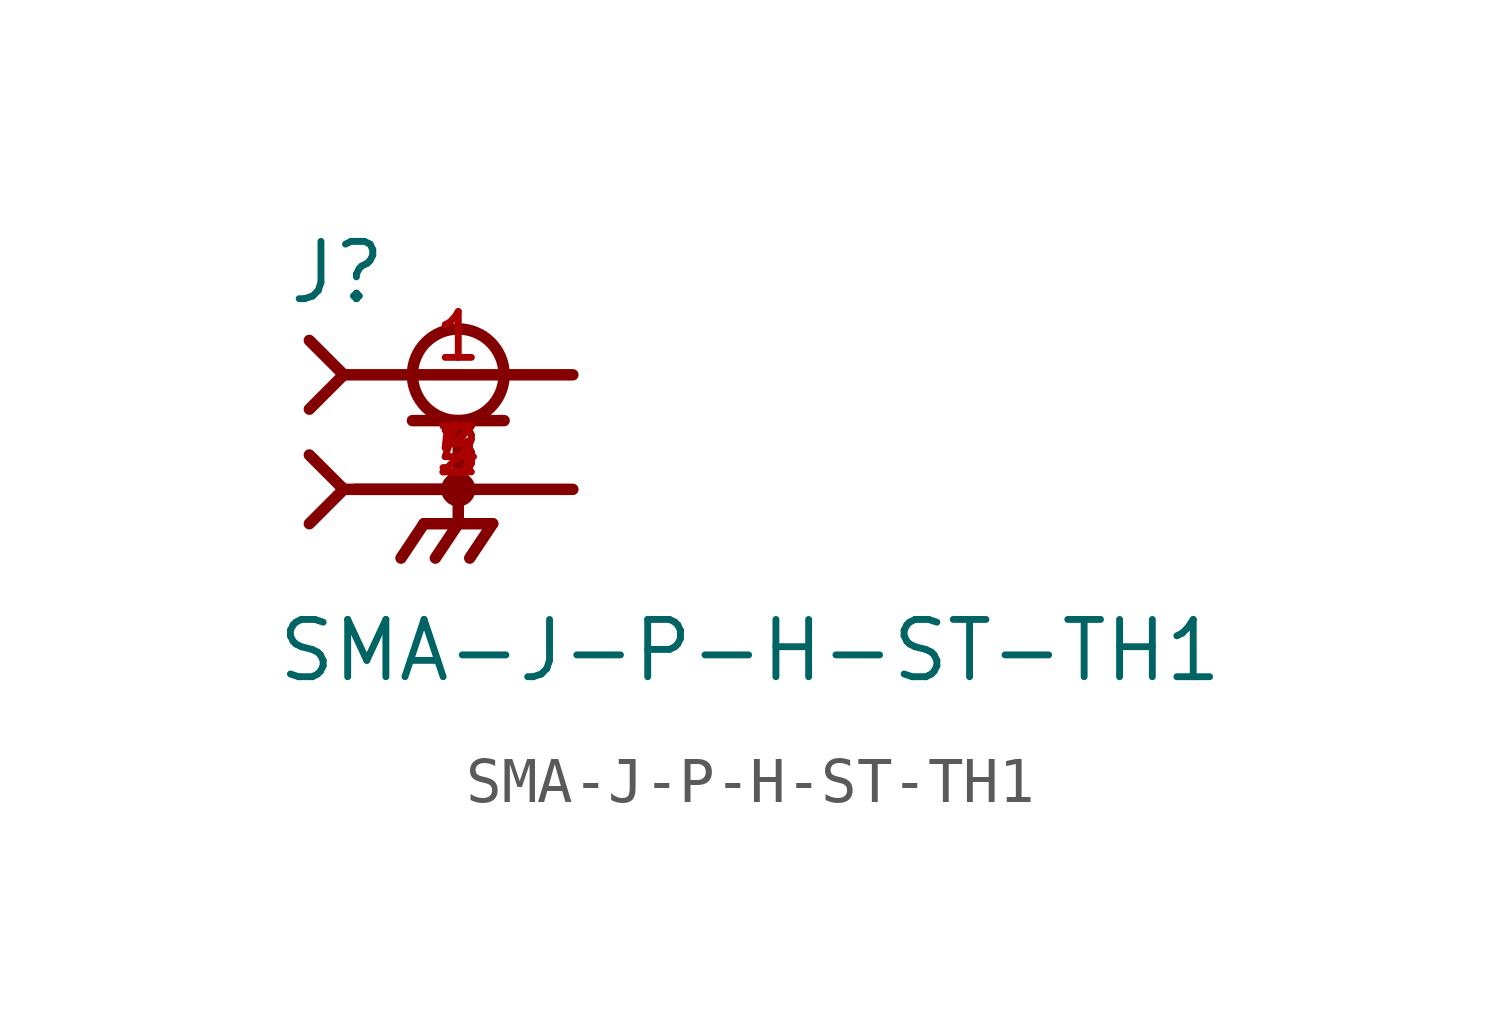
<source format=kicad_sym>
(kicad_symbol_lib
  (version 20220914)
  (generator kicad_symbol_editor)
  (symbol "SMA-J-P-H-ST-TH1"
    (pin_names
      (offset 1.016))
    (property "Reference" "J"
      (at -3.81 4.064 0)
      (effects (font (size 1.27 1.27)) (justify left bottom)))
    (property "Value" "SMA-J-P-H-ST-TH1"
      (at -4.064 -4.318 0)
      (effects (font (size 1.27 1.27)) (justify left bottom)))
    (symbol "SMA-J-P-H-ST-TH1_0_0"
      (polyline (pts (xy -3.302 -0.762) (xy -2.54 0)) (stroke (width 0.254) (type default)) (fill (type none)))
      (polyline (pts (xy -3.302 0.762) (xy -2.54 0)) (stroke (width 0.254) (type default)) (fill (type none)))
      (polyline (pts (xy -3.302 1.778) (xy -2.54 2.54)) (stroke (width 0.254) (type default)) (fill (type none)))
      (polyline (pts (xy -3.302 3.302) (xy -2.54 2.54)) (stroke (width 0.254) (type default)) (fill (type none)))
      (polyline (pts (xy -2.54 0) (xy 0 0)) (stroke (width 0.254) (type default)) (fill (type none)))
      (polyline (pts (xy -2.54 2.54) (xy 2.54 2.54)) (stroke (width 0.254) (type default)) (fill (type none)))
      (polyline (pts (xy -1.016 1.524) (xy 0 1.524)) (stroke (width 0.254) (type default)) (fill (type none)))
      (polyline (pts (xy -0.762 -0.762) (xy -1.27 -1.524)) (stroke (width 0.254) (type default)) (fill (type none)))
      (polyline (pts (xy 0 -0.762) (xy -0.762 -0.762)) (stroke (width 0.254) (type default)) (fill (type none)))
      (polyline (pts (xy 0 -0.762) (xy -0.508 -1.524)) (stroke (width 0.254) (type default)) (fill (type none)))
      (polyline (pts (xy 0 -0.762) (xy 0.762 -0.762)) (stroke (width 0.254) (type default)) (fill (type none)))
      (polyline (pts (xy 0 0) (xy -2.286 0)) (stroke (width 0.254) (type default)) (fill (type none)))
      (polyline (pts (xy 0 0) (xy 0 -0.762)) (stroke (width 0.254) (type default)) (fill (type none)))
      (polyline (pts (xy 0 1.524) (xy 0 0)) (stroke (width 0.254) (type default)) (fill (type none)))
      (polyline (pts (xy 0 1.524) (xy 1.016 1.524)) (stroke (width 0.254) (type default)) (fill (type none)))
      (polyline (pts (xy 0.762 -0.762) (xy 0.254 -1.524)) (stroke (width 0.254) (type default)) (fill (type none)))
      (polyline (pts (xy 2.54 0) (xy 0 0)) (stroke (width 0.254) (type default)) (fill (type none)))
      (circle (center 0 0) (radius 0.254) (stroke (width 0.254) (type default)) (fill (type none)))
      (circle (center 0 2.54) (radius 1.016) (stroke (width 0.254) (type default)) (fill (type none)))
      (pin passive line (at 2.54 2.54 180) (length 5.08) (name "~" (effects (font (size 1.016 1.016)))) (number "1" (effects (font (size 1.016 1.016)))))
      (pin passive line (at 2.54 0 180) (length 5.08) (name "~" (effects (font (size 1.016 1.016)))) (number "2" (effects (font (size 1.016 1.016)))))
      (pin passive line (at 2.54 0 180) (length 5.08) (name "~" (effects (font (size 1.016 1.016)))) (number "3" (effects (font (size 1.016 1.016)))))
      (pin passive line (at 2.54 0 180) (length 5.08) (name "~" (effects (font (size 1.016 1.016)))) (number "4" (effects (font (size 1.016 1.016)))))
      (pin passive line (at 2.54 0 180) (length 5.08) (name "~" (effects (font (size 1.016 1.016)))) (number "5" (effects (font (size 1.016 1.016))))))))
</source>
